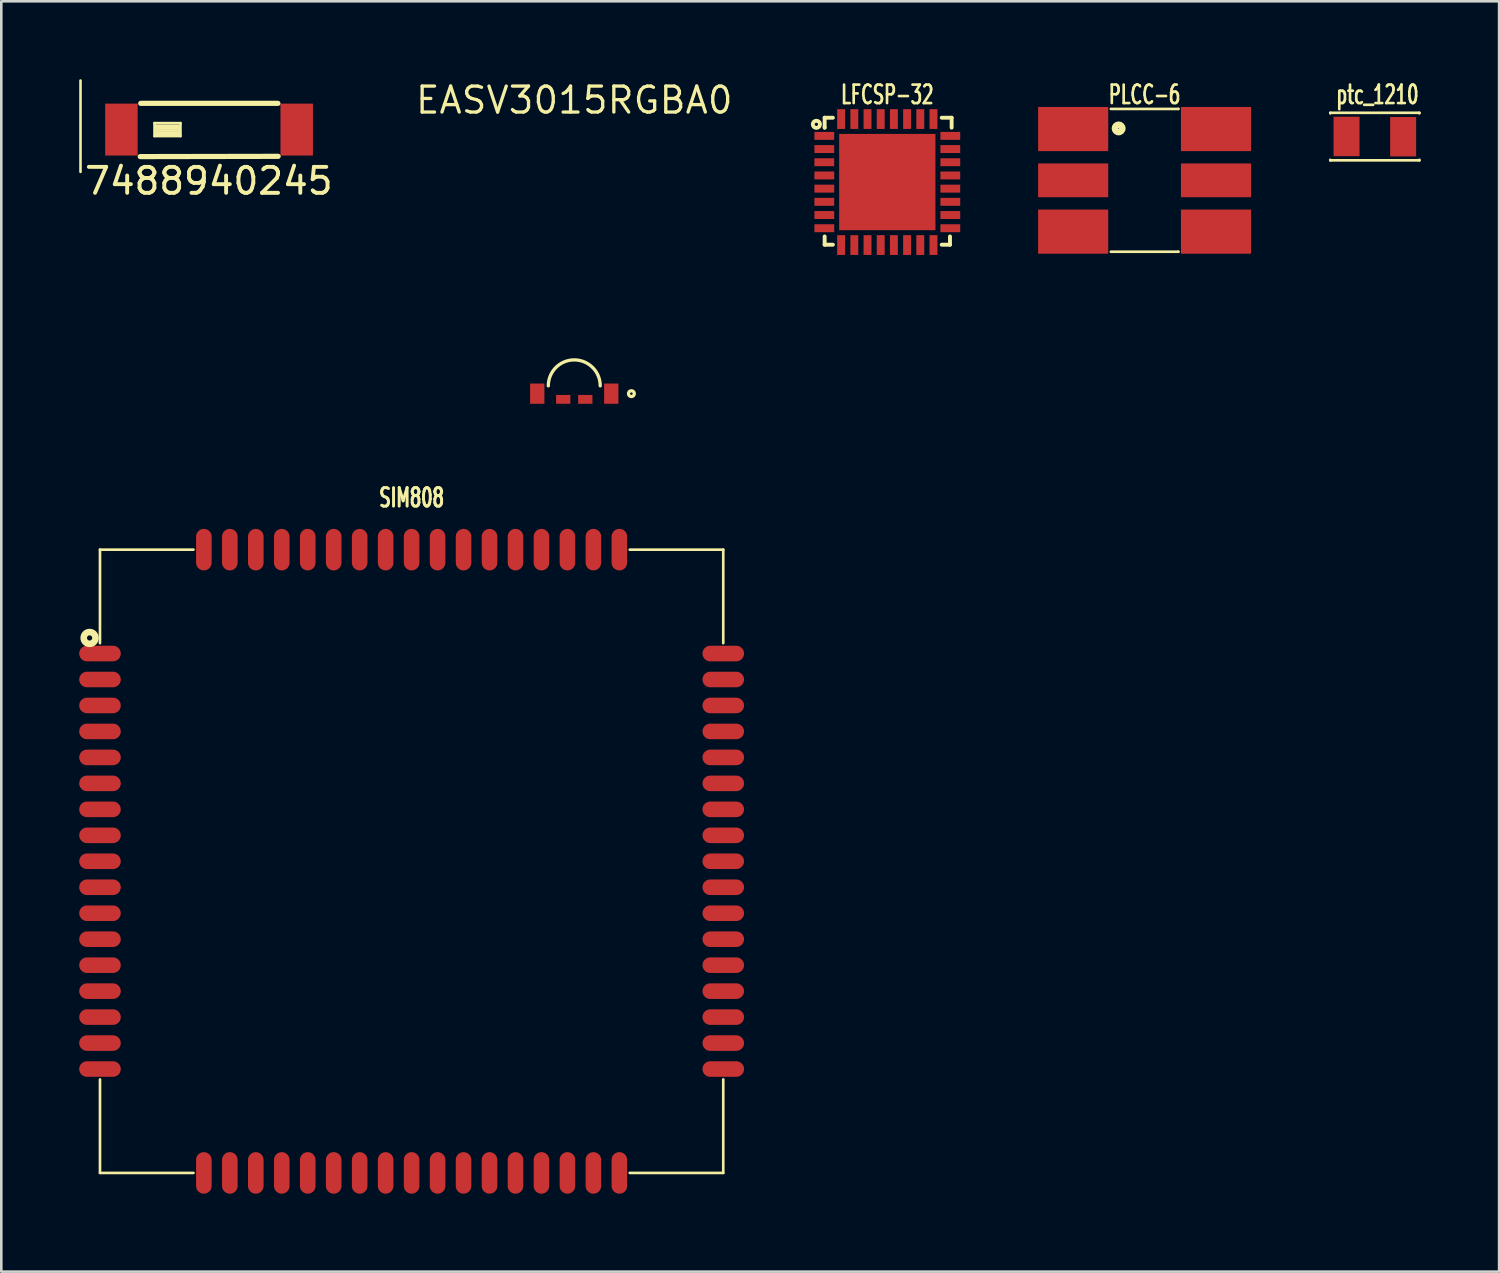
<source format=kicad_pcb>
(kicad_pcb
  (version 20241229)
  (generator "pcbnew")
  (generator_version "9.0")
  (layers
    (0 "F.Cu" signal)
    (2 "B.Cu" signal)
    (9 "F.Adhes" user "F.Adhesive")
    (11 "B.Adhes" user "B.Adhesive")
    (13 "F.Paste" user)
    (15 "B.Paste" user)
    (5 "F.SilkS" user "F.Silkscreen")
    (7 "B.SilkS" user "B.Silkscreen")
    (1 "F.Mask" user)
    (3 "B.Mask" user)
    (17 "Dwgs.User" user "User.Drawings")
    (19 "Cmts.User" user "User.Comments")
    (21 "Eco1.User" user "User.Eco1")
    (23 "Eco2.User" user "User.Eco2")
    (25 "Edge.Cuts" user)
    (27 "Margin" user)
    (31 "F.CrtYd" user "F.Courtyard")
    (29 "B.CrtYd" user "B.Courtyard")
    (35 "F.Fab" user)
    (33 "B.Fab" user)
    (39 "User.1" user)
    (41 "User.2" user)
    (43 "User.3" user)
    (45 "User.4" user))
  (footprint "EASV3015RGBA0"
    (layer "F.Cu")
    (at 19.063 12.108)
    (property "Reference" "EASV3015RGBA0" (at 0 -11.3 0) (layer "F.SilkS") (effects (font (size 1 1) (thickness 0.127))))
    (attr through_hole)
    (fp_arc (start -1 -0.3) (mid 0 -1.3) (end 1 -0.3) (stroke (width 0.127) (type solid)) (layer "F.SilkS"))
    (fp_circle (center 2.2 0) (end 2.3 0.05) (stroke (width 0.127) (type solid)) (fill no) (layer "F.SilkS"))
    (pad "1" smd rect (at 1.425 0) (size 0.55 0.78) (layers "F.Cu" "F.Mask" "F.Paste"))
    (pad "2" smd rect (at 0.425 0.22) (size 0.55 0.34) (layers "F.Cu" "F.Mask" "F.Paste"))
    (pad "3" smd rect (at -0.425 0.22) (size 0.55 0.34) (layers "F.Cu" "F.Mask" "F.Paste"))
    (pad "4" smd rect (at -1.425 0) (size 0.55 0.78) (layers "F.Cu" "F.Mask" "F.Paste")))
  (footprint "7488940245"
    (layer "F.Cu")
    (at 5 1.94)
    (property "Reference" "7488940245" (at -0.01 1.98 0) (layer "F.SilkS") (effects (font (size 1 1) (thickness 0.15))))
    (attr through_hole)
    (fp_line (start -4.95 -1.89) (end -4.95 1.63) (stroke (width 0.1) (type solid)) (layer "F.SilkS"))
    (fp_line (start -2.65 1.04) (end 2.66 1.03) (stroke (width 0.2) (type solid)) (layer "F.SilkS"))
    (fp_line (start -2.63 -1.01) (end 2.65 -1.01) (stroke (width 0.2) (type solid)) (layer "F.SilkS"))
    (fp_line (start -2.1 -0.25) (end -2.1 0.25) (stroke (width 0.1) (type solid)) (layer "F.SilkS"))
    (fp_line (start -2.1 0.25) (end -1.1 0.25) (stroke (width 0.1) (type solid)) (layer "F.SilkS"))
    (fp_line (start -2.05 -0.15) (end -1.14 -0.15) (stroke (width 0.1) (type solid)) (layer "F.SilkS"))
    (fp_line (start -2.05 -0.06) (end -1.14 -0.06) (stroke (width 0.1) (type solid)) (layer "F.SilkS"))
    (fp_line (start -2.05 0.03) (end -1.14 0.03) (stroke (width 0.1) (type solid)) (layer "F.SilkS"))
    (fp_line (start -2.04 0.11) (end -1.13 0.11) (stroke (width 0.1) (type solid)) (layer "F.SilkS"))
    (fp_line (start -2.04 0.18) (end -1.13 0.18) (stroke (width 0.1) (type solid)) (layer "F.SilkS"))
    (fp_line (start -1.1 -0.25) (end -2.1 -0.25) (stroke (width 0.1) (type solid)) (layer "F.SilkS"))
    (fp_line (start -1.1 0.25) (end -1.1 -0.25) (stroke (width 0.1) (type solid)) (layer "F.SilkS"))
    (pad "1" smd rect (at -3.375 0) (size 1.25 2) (layers "F.Cu" "F.Mask" "F.Paste"))
    (pad "2" smd rect (at 3.375 0) (size 1.25 2) (layers "F.Cu" "F.Mask" "F.Paste")))
  (footprint "LFCSP-32"
    (layer "F.Cu")
    (at 31.117 3.96)
    (property "Reference" "LFCSP-32" (at 0 -3.365 0) (layer "F.SilkS") (effects (font (size 0.711 0.457) (thickness 0.102))))
    (attr through_hole)
    (fp_line (start -2.413 -2.477) (end -2.413 -2.095) (stroke (width 0.15) (type solid)) (layer "F.SilkS"))
    (fp_line (start -2.413 -2.095) (end -2.413 -2.095) (stroke (width 0.15) (type solid)) (layer "F.SilkS"))
    (fp_line (start -2.413 2.413) (end -2.413 2.095) (stroke (width 0.15) (type solid)) (layer "F.SilkS"))
    (fp_line (start -2.095 -2.477) (end -2.413 -2.477) (stroke (width 0.15) (type solid)) (layer "F.SilkS"))
    (fp_line (start -2.095 2.413) (end -2.413 2.413) (stroke (width 0.15) (type solid)) (layer "F.SilkS"))
    (fp_line (start 2.095 -2.477) (end 2.477 -2.477) (stroke (width 0.15) (type solid)) (layer "F.SilkS"))
    (fp_line (start 2.413 2.095) (end 2.413 2.413) (stroke (width 0.15) (type solid)) (layer "F.SilkS"))
    (fp_line (start 2.413 2.413) (end 2.095 2.413) (stroke (width 0.15) (type solid)) (layer "F.SilkS"))
    (fp_line (start 2.477 -2.477) (end 2.477 -2.095) (stroke (width 0.15) (type solid)) (layer "F.SilkS"))
    (fp_circle (center -2.731 -2.223) (end -2.794 -2.223) (stroke (width 0.15) (type solid)) (fill no) (layer "F.SilkS"))
    (pad "1" smd rect (at -2.426 -1.778) (size 0.762 0.305) (layers "F.Cu" "F.Mask" "F.Paste"))
    (pad "2" smd rect (at -2.426 -1.27) (size 0.762 0.305) (layers "F.Cu" "F.Mask" "F.Paste"))
    (pad "3" smd rect (at -2.426 -0.762) (size 0.762 0.305) (layers "F.Cu" "F.Mask" "F.Paste"))
    (pad "4" smd rect (at -2.426 -0.254) (size 0.762 0.305) (layers "F.Cu" "F.Mask" "F.Paste"))
    (pad "5" smd rect (at -2.426 0.254) (size 0.762 0.305) (layers "F.Cu" "F.Mask" "F.Paste"))
    (pad "6" smd rect (at -2.426 0.762) (size 0.762 0.305) (layers "F.Cu" "F.Mask" "F.Paste"))
    (pad "7" smd rect (at -2.426 1.27) (size 0.762 0.305) (layers "F.Cu" "F.Mask" "F.Paste"))
    (pad "8" smd rect (at -2.426 1.778) (size 0.762 0.305) (layers "F.Cu" "F.Mask" "F.Paste"))
    (pad "9" smd rect (at -1.778 2.426 90) (size 0.762 0.305) (layers "F.Cu" "F.Mask" "F.Paste"))
    (pad "10" smd rect (at -1.27 2.426 90) (size 0.762 0.305) (layers "F.Cu" "F.Mask" "F.Paste"))
    (pad "11" smd rect (at -0.762 2.426 90) (size 0.762 0.305) (layers "F.Cu" "F.Mask" "F.Paste"))
    (pad "12" smd rect (at -0.254 2.426 90) (size 0.762 0.305) (layers "F.Cu" "F.Mask" "F.Paste"))
    (pad "13" smd rect (at 0.254 2.426 90) (size 0.762 0.305) (layers "F.Cu" "F.Mask" "F.Paste"))
    (pad "14" smd rect (at 0.762 2.426 90) (size 0.762 0.305) (layers "F.Cu" "F.Mask" "F.Paste"))
    (pad "15" smd rect (at 1.27 2.426 90) (size 0.762 0.305) (layers "F.Cu" "F.Mask" "F.Paste"))
    (pad "16" smd rect (at 1.778 2.426 90) (size 0.762 0.305) (layers "F.Cu" "F.Mask" "F.Paste"))
    (pad "17" smd rect (at 2.426 1.778) (size 0.762 0.305) (layers "F.Cu" "F.Mask" "F.Paste"))
    (pad "18" smd rect (at 2.426 1.27) (size 0.762 0.305) (layers "F.Cu" "F.Mask" "F.Paste"))
    (pad "19" smd rect (at 2.426 0.762) (size 0.762 0.305) (layers "F.Cu" "F.Mask" "F.Paste"))
    (pad "20" smd rect (at 2.426 0.254) (size 0.762 0.305) (layers "F.Cu" "F.Mask" "F.Paste"))
    (pad "21" smd rect (at 2.426 -0.254) (size 0.762 0.305) (layers "F.Cu" "F.Mask" "F.Paste"))
    (pad "22" smd rect (at 2.426 -0.762) (size 0.762 0.305) (layers "F.Cu" "F.Mask" "F.Paste"))
    (pad "23" smd rect (at 2.426 -1.27) (size 0.762 0.305) (layers "F.Cu" "F.Mask" "F.Paste"))
    (pad "24" smd rect (at 2.426 -1.778) (size 0.762 0.305) (layers "F.Cu" "F.Mask" "F.Paste"))
    (pad "25" smd rect (at 1.778 -2.426 90) (size 0.762 0.305) (layers "F.Cu" "F.Mask" "F.Paste"))
    (pad "26" smd rect (at 1.27 -2.426 90) (size 0.762 0.305) (layers "F.Cu" "F.Mask" "F.Paste"))
    (pad "27" smd rect (at 0.762 -2.426 90) (size 0.762 0.305) (layers "F.Cu" "F.Mask" "F.Paste"))
    (pad "28" smd rect (at 0.254 -2.426 90) (size 0.762 0.305) (layers "F.Cu" "F.Mask" "F.Paste"))
    (pad "29" smd rect (at -0.254 -2.426 90) (size 0.762 0.305) (layers "F.Cu" "F.Mask" "F.Paste"))
    (pad "30" smd rect (at -0.762 -2.426 90) (size 0.762 0.305) (layers "F.Cu" "F.Mask" "F.Paste"))
    (pad "31" smd rect (at -1.27 -2.426 90) (size 0.762 0.305) (layers "F.Cu" "F.Mask" "F.Paste"))
    (pad "32" smd rect (at -1.778 -2.426 90) (size 0.762 0.305) (layers "F.Cu" "F.Mask" "F.Paste"))
    (pad "33" smd rect (at 0 0) (size 3.708 3.708) (layers "F.Cu" "F.Mask" "F.Paste")))
  (footprint "PLCC-6"
    (layer "F.Cu")
    (at 41.024 3.894)
    (property "Reference" "PLCC-6" (at 0 -3.3 0) (layer "F.SilkS") (effects (font (size 0.711 0.457) (thickness 0.102))))
    (attr through_hole)
    (fp_line (start -1.3 -2.75) (end 1.3 -2.75) (stroke (width 0.102) (type solid)) (layer "F.SilkS"))
    (fp_line (start -1.3 2.75) (end 1.3 2.75) (stroke (width 0.102) (type solid)) (layer "F.SilkS"))
    (fp_line (start 1.3 -2.75) (end 1.3 -2.75) (stroke (width 0.102) (type solid)) (layer "F.SilkS"))
    (fp_line (start 1.3 2.75) (end 1.3 2.75) (stroke (width 0.102) (type solid)) (layer "F.SilkS"))
    (fp_circle (center -1 -2) (end -0.9 -2.1) (stroke (width 0.254) (type solid)) (fill no) (layer "F.SilkS"))
    (pad "1" smd rect (at -2.75 -1.975) (size 2.7 1.7) (layers "F.Cu" "F.Mask" "F.Paste"))
    (pad "2" smd rect (at -2.75 0) (size 2.7 1.3) (layers "F.Cu" "F.Mask" "F.Paste"))
    (pad "3" smd rect (at -2.75 1.975) (size 2.7 1.7) (layers "F.Cu" "F.Mask" "F.Paste"))
    (pad "4" smd rect (at 2.75 1.975) (size 2.7 1.7) (layers "F.Cu" "F.Mask" "F.Paste"))
    (pad "5" smd rect (at 2.75 0) (size 2.7 1.3) (layers "F.Cu" "F.Mask" "F.Paste"))
    (pad "6" smd rect (at 2.75 -1.975) (size 2.7 1.7) (layers "F.Cu" "F.Mask" "F.Paste")))
  (footprint "ptc_1210"
    (layer "F.Cu")
    (at 49.89 2.204)
    (property "Reference" "ptc_1210" (at 0.1 -1.61 0) (layer "F.SilkS") (effects (font (size 0.711 0.457) (thickness 0.102))))
    (attr through_hole)
    (fp_line (start -1.715 -0.89) (end -1.715 -0.91) (stroke (width 0.102) (type solid)) (layer "F.SilkS"))
    (fp_line (start -1.715 0.92) (end -1.715 0.9) (stroke (width 0.102) (type solid)) (layer "F.SilkS"))
    (fp_line (start -1.715 0.92) (end 1.715 0.92) (stroke (width 0.102) (type solid)) (layer "F.SilkS"))
    (fp_line (start 1.715 -0.91) (end -1.715 -0.91) (stroke (width 0.102) (type solid)) (layer "F.SilkS"))
    (fp_line (start 1.715 -0.89) (end 1.715 -0.91) (stroke (width 0.102) (type solid)) (layer "F.SilkS"))
    (fp_line (start 1.715 0.92) (end 1.715 0.9) (stroke (width 0.102) (type solid)) (layer "F.SilkS"))
    (pad "1" smd rect (at 1.09 0.01) (size 1 1.52) (layers "F.Cu" "F.Mask" "F.Paste"))
    (pad "2" smd rect (at -1.09 0) (size 1 1.52) (layers "F.Cu" "F.Mask" "F.Paste")))
  (footprint "SIM808"
    (layer "F.Cu")
    (at 12.8 30.115)
    (property "Reference" "SIM808" (at 0 -14 0) (layer "F.SilkS") (effects (font (size 0.711 0.457) (thickness 0.114))))
    (attr through_hole)
    (fp_line (start -12 -12) (end -12 -8.4) (stroke (width 0.102) (type solid)) (layer "F.SilkS"))
    (fp_line (start -12 12) (end -12 8.4) (stroke (width 0.102) (type solid)) (layer "F.SilkS"))
    (fp_line (start -8.4 -12) (end -12 -12) (stroke (width 0.102) (type solid)) (layer "F.SilkS"))
    (fp_line (start -8.4 12) (end -12 12) (stroke (width 0.102) (type solid)) (layer "F.SilkS"))
    (fp_line (start 8.4 -12) (end 12 -12) (stroke (width 0.102) (type solid)) (layer "F.SilkS"))
    (fp_line (start 8.4 12) (end 12 12) (stroke (width 0.102) (type solid)) (layer "F.SilkS"))
    (fp_line (start 12 -12) (end 12 -8.4) (stroke (width 0.102) (type solid)) (layer "F.SilkS"))
    (fp_line (start 12 12) (end 12 8.4) (stroke (width 0.102) (type solid)) (layer "F.SilkS"))
    (fp_circle (center -12.4 -8.6) (end -12.4 -8.7) (stroke (width 0.254) (type solid)) (fill no) (layer "F.SilkS"))
    (pad "1" smd oval (at -12 -8 90) (size 0.6 1.6) (layers "F.Cu" "F.Mask" "F.Paste"))
    (pad "2" smd oval (at -12 -7 90) (size 0.6 1.6) (layers "F.Cu" "F.Mask" "F.Paste"))
    (pad "3" smd oval (at -12 -6 90) (size 0.6 1.6) (layers "F.Cu" "F.Mask" "F.Paste"))
    (pad "4" smd oval (at -12 -5 90) (size 0.6 1.6) (layers "F.Cu" "F.Mask" "F.Paste"))
    (pad "5" smd oval (at -12 -4 90) (size 0.6 1.6) (layers "F.Cu" "F.Mask" "F.Paste"))
    (pad "6" smd oval (at -12 -3 90) (size 0.6 1.6) (layers "F.Cu" "F.Mask" "F.Paste"))
    (pad "7" smd oval (at -12 -2 90) (size 0.6 1.6) (layers "F.Cu" "F.Mask" "F.Paste"))
    (pad "8" smd oval (at -12 -1 90) (size 0.6 1.6) (layers "F.Cu" "F.Mask" "F.Paste"))
    (pad "9" smd oval (at -12 0 90) (size 0.6 1.6) (layers "F.Cu" "F.Mask" "F.Paste"))
    (pad "10" smd oval (at -12 1 90) (size 0.6 1.6) (layers "F.Cu" "F.Mask" "F.Paste"))
    (pad "11" smd oval (at -12 2 90) (size 0.6 1.6) (layers "F.Cu" "F.Mask" "F.Paste"))
    (pad "12" smd oval (at -12 3 90) (size 0.6 1.6) (layers "F.Cu" "F.Mask" "F.Paste"))
    (pad "13" smd oval (at -12 4 90) (size 0.6 1.6) (layers "F.Cu" "F.Mask" "F.Paste"))
    (pad "14" smd oval (at -12 5 90) (size 0.6 1.6) (layers "F.Cu" "F.Mask" "F.Paste"))
    (pad "15" smd oval (at -12 6 90) (size 0.6 1.6) (layers "F.Cu" "F.Mask" "F.Paste"))
    (pad "16" smd oval (at -12 7 90) (size 0.6 1.6) (layers "F.Cu" "F.Mask" "F.Paste"))
    (pad "17" smd oval (at -12 8 90) (size 0.6 1.6) (layers "F.Cu" "F.Mask" "F.Paste"))
    (pad "18" smd oval (at -8 12) (size 0.6 1.6) (layers "F.Cu" "F.Mask" "F.Paste"))
    (pad "19" smd oval (at -7 12) (size 0.6 1.6) (layers "F.Cu" "F.Mask" "F.Paste"))
    (pad "20" smd oval (at -6 12) (size 0.6 1.6) (layers "F.Cu" "F.Mask" "F.Paste"))
    (pad "21" smd oval (at -5 12) (size 0.6 1.6) (layers "F.Cu" "F.Mask" "F.Paste"))
    (pad "22" smd oval (at -4 12) (size 0.6 1.6) (layers "F.Cu" "F.Mask" "F.Paste"))
    (pad "23" smd oval (at -3 12) (size 0.6 1.6) (layers "F.Cu" "F.Mask" "F.Paste"))
    (pad "24" smd oval (at -2 12) (size 0.6 1.6) (layers "F.Cu" "F.Mask" "F.Paste"))
    (pad "25" smd oval (at -1 12) (size 0.6 1.6) (layers "F.Cu" "F.Mask" "F.Paste"))
    (pad "26" smd oval (at 0 12) (size 0.6 1.6) (layers "F.Cu" "F.Mask" "F.Paste"))
    (pad "27" smd oval (at 1 12) (size 0.6 1.6) (layers "F.Cu" "F.Mask" "F.Paste"))
    (pad "28" smd oval (at 2 12) (size 0.6 1.6) (layers "F.Cu" "F.Mask" "F.Paste"))
    (pad "29" smd oval (at 3 12) (size 0.6 1.6) (layers "F.Cu" "F.Mask" "F.Paste"))
    (pad "30" smd oval (at 4 12) (size 0.6 1.6) (layers "F.Cu" "F.Mask" "F.Paste"))
    (pad "31" smd oval (at 5 12) (size 0.6 1.6) (layers "F.Cu" "F.Mask" "F.Paste"))
    (pad "32" smd oval (at 6 12) (size 0.6 1.6) (layers "F.Cu" "F.Mask" "F.Paste"))
    (pad "33" smd oval (at 7 12) (size 0.6 1.6) (layers "F.Cu" "F.Mask" "F.Paste"))
    (pad "34" smd oval (at 8 12) (size 0.6 1.6) (layers "F.Cu" "F.Mask" "F.Paste"))
    (pad "35" smd oval (at 12 8 90) (size 0.6 1.6) (layers "F.Cu" "F.Mask" "F.Paste"))
    (pad "36" smd oval (at 12 7 90) (size 0.6 1.6) (layers "F.Cu" "F.Mask" "F.Paste"))
    (pad "37" smd oval (at 12 6 90) (size 0.6 1.6) (layers "F.Cu" "F.Mask" "F.Paste"))
    (pad "38" smd oval (at 12 5 90) (size 0.6 1.6) (layers "F.Cu" "F.Mask" "F.Paste"))
    (pad "39" smd oval (at 12 4 90) (size 0.6 1.6) (layers "F.Cu" "F.Mask" "F.Paste"))
    (pad "40" smd oval (at 12 3 90) (size 0.6 1.6) (layers "F.Cu" "F.Mask" "F.Paste"))
    (pad "41" smd oval (at 12 2 90) (size 0.6 1.6) (layers "F.Cu" "F.Mask" "F.Paste"))
    (pad "42" smd oval (at 12 1 90) (size 0.6 1.6) (layers "F.Cu" "F.Mask" "F.Paste"))
    (pad "43" smd oval (at 12 0 90) (size 0.6 1.6) (layers "F.Cu" "F.Mask" "F.Paste"))
    (pad "44" smd oval (at 12 -1 90) (size 0.6 1.6) (layers "F.Cu" "F.Mask" "F.Paste"))
    (pad "45" smd oval (at 12 -2 90) (size 0.6 1.6) (layers "F.Cu" "F.Mask" "F.Paste"))
    (pad "46" smd oval (at 12 -3 90) (size 0.6 1.6) (layers "F.Cu" "F.Mask" "F.Paste"))
    (pad "47" smd oval (at 12 -4 90) (size 0.6 1.6) (layers "F.Cu" "F.Mask" "F.Paste"))
    (pad "48" smd oval (at 12 -5 90) (size 0.6 1.6) (layers "F.Cu" "F.Mask" "F.Paste"))
    (pad "49" smd oval (at 12 -6 90) (size 0.6 1.6) (layers "F.Cu" "F.Mask" "F.Paste"))
    (pad "50" smd oval (at 12 -7 90) (size 0.6 1.6) (layers "F.Cu" "F.Mask" "F.Paste"))
    (pad "51" smd oval (at 12 -8 90) (size 0.6 1.6) (layers "F.Cu" "F.Mask" "F.Paste"))
    (pad "52" smd oval (at 8 -12) (size 0.6 1.6) (layers "F.Cu" "F.Mask" "F.Paste"))
    (pad "53" smd oval (at 7 -12) (size 0.6 1.6) (layers "F.Cu" "F.Mask" "F.Paste"))
    (pad "54" smd oval (at 6 -12) (size 0.6 1.6) (layers "F.Cu" "F.Mask" "F.Paste"))
    (pad "55" smd oval (at 5 -12) (size 0.6 1.6) (layers "F.Cu" "F.Mask" "F.Paste"))
    (pad "56" smd oval (at 4 -12) (size 0.6 1.6) (layers "F.Cu" "F.Mask" "F.Paste"))
    (pad "57" smd oval (at 3 -12) (size 0.6 1.6) (layers "F.Cu" "F.Mask" "F.Paste"))
    (pad "58" smd oval (at 2 -12) (size 0.6 1.6) (layers "F.Cu" "F.Mask" "F.Paste"))
    (pad "59" smd oval (at 1 -12) (size 0.6 1.6) (layers "F.Cu" "F.Mask" "F.Paste"))
    (pad "60" smd oval (at 0 -12) (size 0.6 1.6) (layers "F.Cu" "F.Mask" "F.Paste"))
    (pad "61" smd oval (at -1 -12) (size 0.6 1.6) (layers "F.Cu" "F.Mask" "F.Paste"))
    (pad "62" smd oval (at -2 -12) (size 0.6 1.6) (layers "F.Cu" "F.Mask" "F.Paste"))
    (pad "63" smd oval (at -3 -12) (size 0.6 1.6) (layers "F.Cu" "F.Mask" "F.Paste"))
    (pad "64" smd oval (at -4 -12) (size 0.6 1.6) (layers "F.Cu" "F.Mask" "F.Paste"))
    (pad "65" smd oval (at -5 -12) (size 0.6 1.6) (layers "F.Cu" "F.Mask" "F.Paste"))
    (pad "66" smd oval (at -6 -12) (size 0.6 1.6) (layers "F.Cu" "F.Mask" "F.Paste"))
    (pad "67" smd oval (at -7 -12) (size 0.6 1.6) (layers "F.Cu" "F.Mask" "F.Paste"))
    (pad "68" smd oval (at -8 -12) (size 0.6 1.6) (layers "F.Cu" "F.Mask" "F.Paste")))
  (gr_rect
    (start -3 -3)
    (end 54.675 45.915)
    (stroke (width 0.1) (type default))
    (fill no)
    (layer "Edge.Cuts")))
</source>
